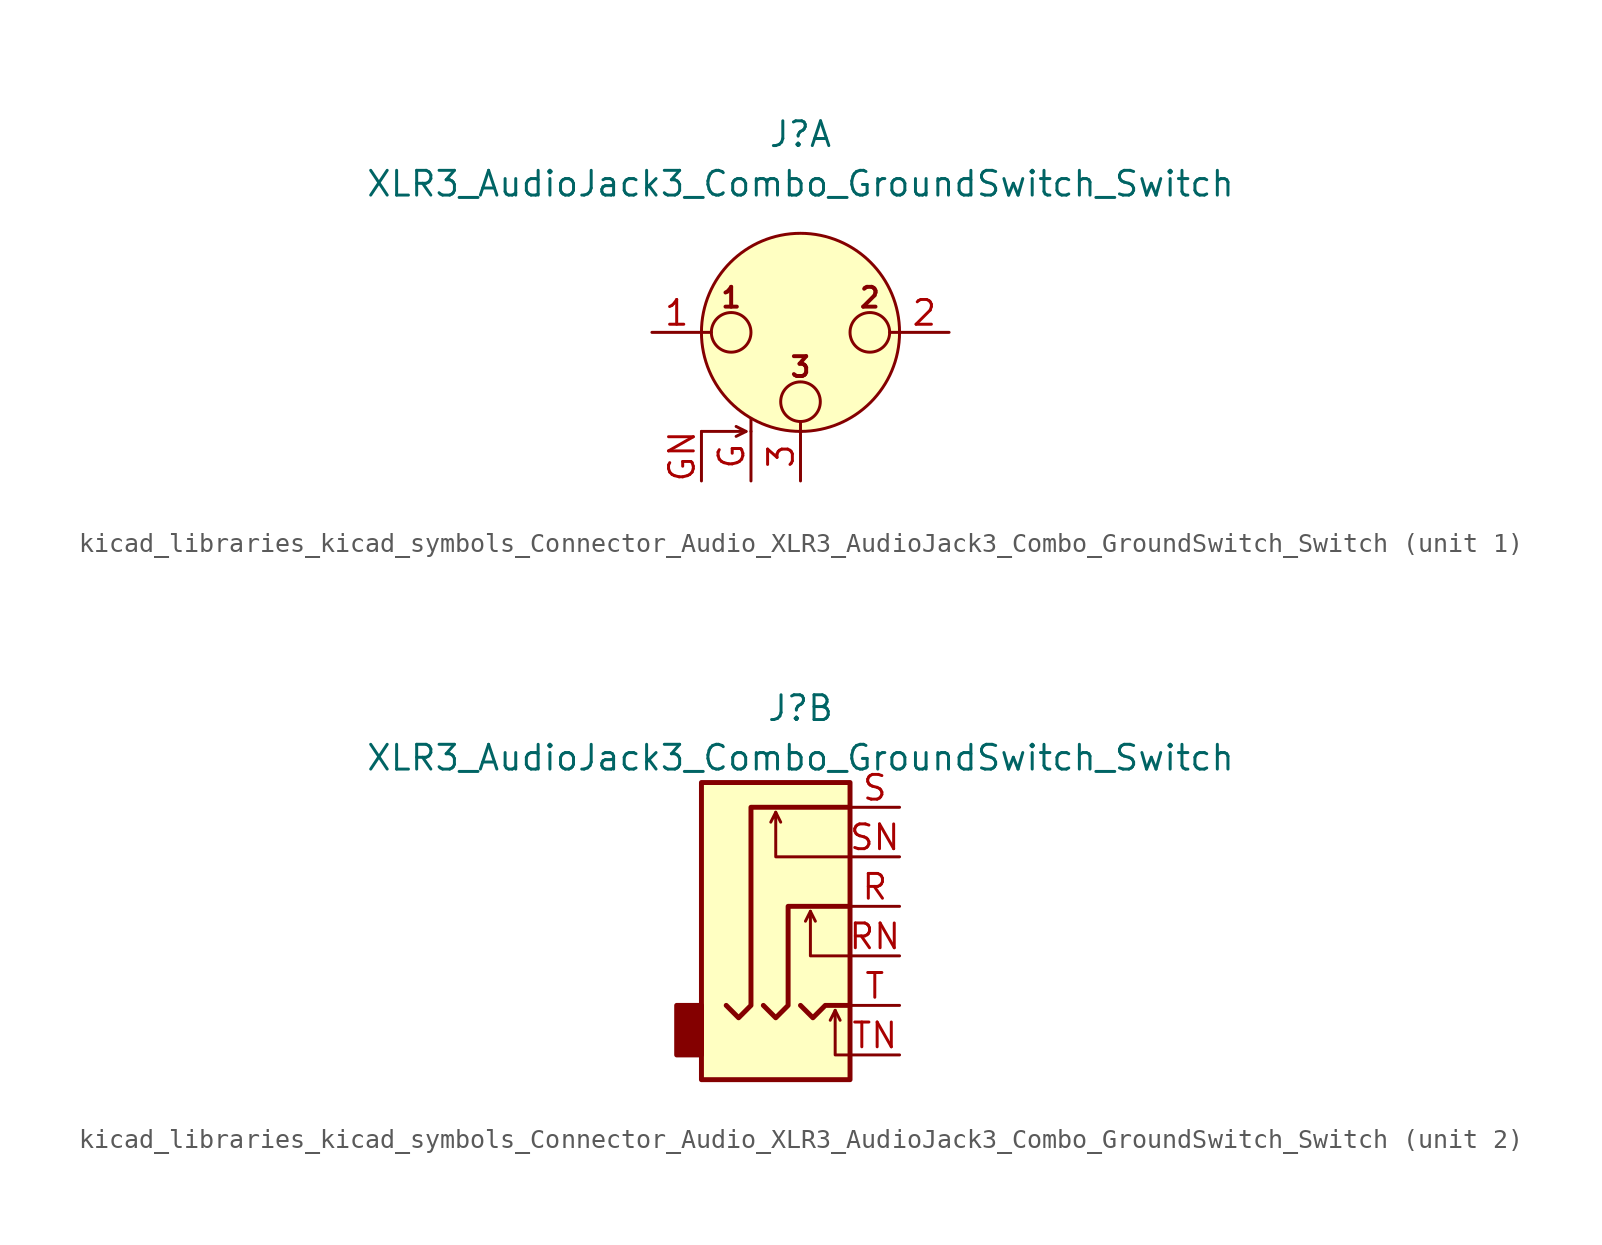
<source format=kicad_sym>
(kicad_symbol_lib
  (version 20220914)
  (generator kicad_symbol_editor)
  (symbol "kicad_libraries_kicad_symbols_Connector_Audio_XLR3_AudioJack3_Combo_GroundSwitch_Switch"
    (pin_names hide)
    (property "Reference" "J"
      (at 0 10.16 0)
      (effects (font (size 1.27 1.27))))
    (property "Value" "XLR3_AudioJack3_Combo_GroundSwitch_Switch"
      (at 0 7.62 0)
      (effects (font (size 1.27 1.27))))
    (symbol "kicad_libraries_kicad_symbols_Connector_Audio_XLR3_AudioJack3_Combo_GroundSwitch_Switch_1_1"
      (circle (center -3.556 0) (radius 1.016) (stroke (width 0) (type default)) (fill (type none)))
      (circle (center 0 -3.556) (radius 1.016) (stroke (width 0) (type default)) (fill (type none)))
      (polyline (pts (xy -5.08 0) (xy -4.572 0)) (stroke (width 0) (type default)) (fill (type none)))
      (polyline (pts (xy -2.794 -5.08) (xy -3.302 -5.334)) (stroke (width 0) (type default)) (fill (type none)))
      (polyline (pts (xy -2.54 -5.08) (xy -2.54 -4.445)) (stroke (width 0) (type default)) (fill (type none)))
      (polyline (pts (xy 0 -5.08) (xy 0 -4.572)) (stroke (width 0) (type default)) (fill (type none)))
      (polyline (pts (xy 5.08 0) (xy 4.572 0)) (stroke (width 0) (type default)) (fill (type none)))
      (polyline (pts (xy -5.08 -5.08) (xy -2.794 -5.08) (xy -3.302 -4.826)) (stroke (width 0) (type default)) (fill (type none)))
      (circle (center 0 0) (radius 5.08) (stroke (width 0) (type default)) (fill (type background)))
      (circle (center 3.556 0) (radius 1.016) (stroke (width 0) (type default)) (fill (type none)))
      (text "1" (at -3.556 1.778 0) (effects (font (size 1.016 1.016) bold)))
      (text "2" (at 3.556 1.778 0) (effects (font (size 1.016 1.016) bold)))
      (text "3" (at 0 -1.778 0) (effects (font (size 1.016 1.016) bold)))
      (pin passive line (at -7.62 0 0) (length 2.54) (name "~" (effects (font (size 1.27 1.27)))) (number "1" (effects (font (size 1.27 1.27)))))
      (pin passive line (at 7.62 0 180) (length 2.54) (name "~" (effects (font (size 1.27 1.27)))) (number "2" (effects (font (size 1.27 1.27)))))
      (pin passive line (at 0 -7.62 90) (length 2.54) (name "~" (effects (font (size 1.27 1.27)))) (number "3" (effects (font (size 1.27 1.27)))))
      (pin passive line (at -2.54 -7.62 90) (length 2.54) (name "~" (effects (font (size 1.27 1.27)))) (number "G" (effects (font (size 1.27 1.27)))))
      (pin passive line (at -5.08 -7.62 90) (length 2.54) (name "~" (effects (font (size 1.27 1.27)))) (number "GN" (effects (font (size 1.27 1.27))))))
    (symbol "kicad_libraries_kicad_symbols_Connector_Audio_XLR3_AudioJack3_Combo_GroundSwitch_Switch_2_1"
      (rectangle (start -5.08 -5.08) (end -6.35 -7.62) (stroke (width 0.254) (type default)) (fill (type outline)))
      (polyline (pts (xy -1.27 4.826) (xy -1.016 4.318)) (stroke (width 0) (type default)) (fill (type none)))
      (polyline (pts (xy 0.508 -0.254) (xy 0.762 -0.762)) (stroke (width 0) (type default)) (fill (type none)))
      (polyline (pts (xy 1.778 -5.334) (xy 2.032 -5.842)) (stroke (width 0) (type default)) (fill (type none)))
      (polyline (pts (xy 0 -5.08) (xy 0.635 -5.715) (xy 1.27 -5.08) (xy 2.54 -5.08)) (stroke (width 0.254) (type default)) (fill (type none)))
      (polyline (pts (xy 2.54 -7.62) (xy 1.778 -7.62) (xy 1.778 -5.334) (xy 1.524 -5.842)) (stroke (width 0) (type default)) (fill (type none)))
      (polyline (pts (xy 2.54 -2.54) (xy 0.508 -2.54) (xy 0.508 -0.254) (xy 0.254 -0.762)) (stroke (width 0) (type default)) (fill (type none)))
      (polyline (pts (xy 2.54 2.54) (xy -1.27 2.54) (xy -1.27 4.826) (xy -1.524 4.318)) (stroke (width 0) (type default)) (fill (type none)))
      (polyline (pts (xy -1.905 -5.08) (xy -1.27 -5.715) (xy -0.635 -5.08) (xy -0.635 0) (xy 2.54 0)) (stroke (width 0.254) (type default)) (fill (type none)))
      (polyline (pts (xy 2.54 5.08) (xy -2.54 5.08) (xy -2.54 -5.08) (xy -3.175 -5.715) (xy -3.81 -5.08)) (stroke (width 0.254) (type default)) (fill (type none)))
      (rectangle (start 2.54 6.35) (end -5.08 -8.89) (stroke (width 0.254) (type default)) (fill (type background)))
      (pin passive line (at 5.08 0 180) (length 2.54) (name "~" (effects (font (size 1.27 1.27)))) (number "R" (effects (font (size 1.27 1.27)))))
      (pin passive line (at 5.08 -2.54 180) (length 2.54) (name "~" (effects (font (size 1.27 1.27)))) (number "RN" (effects (font (size 1.27 1.27)))))
      (pin passive line (at 5.08 5.08 180) (length 2.54) (name "~" (effects (font (size 1.27 1.27)))) (number "S" (effects (font (size 1.27 1.27)))))
      (pin passive line (at 5.08 2.54 180) (length 2.54) (name "~" (effects (font (size 1.27 1.27)))) (number "SN" (effects (font (size 1.27 1.27)))))
      (pin passive line (at 5.08 -5.08 180) (length 2.54) (name "~" (effects (font (size 1.27 1.27)))) (number "T" (effects (font (size 1.27 1.27)))))
      (pin passive line (at 5.08 -7.62 180) (length 2.54) (name "~" (effects (font (size 1.27 1.27)))) (number "TN" (effects (font (size 1.27 1.27))))))))
</source>
